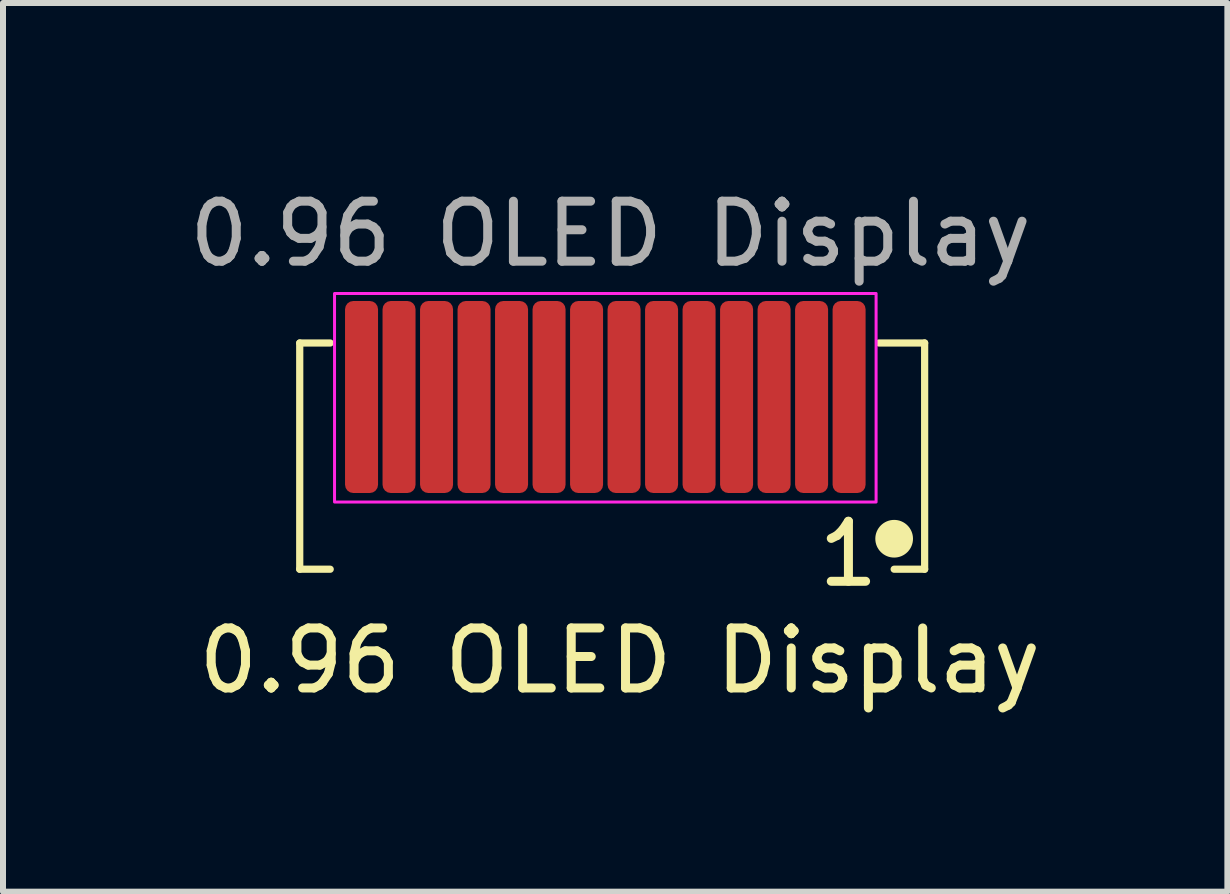
<source format=kicad_pcb>
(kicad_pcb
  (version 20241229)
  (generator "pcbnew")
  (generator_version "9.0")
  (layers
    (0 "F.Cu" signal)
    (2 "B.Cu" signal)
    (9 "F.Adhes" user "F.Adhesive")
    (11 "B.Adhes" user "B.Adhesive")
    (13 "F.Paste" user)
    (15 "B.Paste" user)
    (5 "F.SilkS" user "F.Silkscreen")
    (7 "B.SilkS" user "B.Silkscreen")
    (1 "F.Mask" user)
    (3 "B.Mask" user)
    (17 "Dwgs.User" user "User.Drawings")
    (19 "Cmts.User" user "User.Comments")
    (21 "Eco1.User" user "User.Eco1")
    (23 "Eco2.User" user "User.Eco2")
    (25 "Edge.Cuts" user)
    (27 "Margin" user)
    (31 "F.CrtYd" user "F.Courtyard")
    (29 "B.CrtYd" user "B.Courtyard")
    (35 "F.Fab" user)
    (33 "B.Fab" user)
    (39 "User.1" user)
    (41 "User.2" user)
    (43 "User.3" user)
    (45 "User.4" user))
  (footprint "0.96 OLED Display"
    (layer "F.Cu")
    (at 7.025 5.166)
    (property "Reference" "0.96 OLED Display" (at 0.254 2.794 0) (unlocked yes) (layer "F.SilkS") (effects (font (size 1 1) (thickness 0.15))))
    (attr smd)
    (fp_line (start -5.08 -2.5) (end -4.572 -2.5) (stroke (width 0.12) (type solid)) (layer "F.SilkS"))
    (fp_line (start -5.08 1.27) (end -5.08 -2.5) (stroke (width 0.12) (type solid)) (layer "F.SilkS"))
    (fp_line (start -5.08 1.27) (end -4.572 1.27) (stroke (width 0.12) (type solid)) (layer "F.SilkS"))
    (fp_line (start 4.572 -2.5) (end 5.334 -2.5) (stroke (width 0.12) (type solid)) (layer "F.SilkS"))
    (fp_line (start 5.334 1.27) (end 4.826 1.27) (stroke (width 0.12) (type solid)) (layer "F.SilkS"))
    (fp_line (start 5.334 1.27) (end 5.334 -2.5) (stroke (width 0.12) (type solid)) (layer "F.SilkS"))
    (fp_circle (center 4.826 0.762) (end 5.08 0.762) (stroke (width 0.12) (type solid)) (fill yes) (layer "F.SilkS"))
    (fp_rect (start -4.5 -3.325) (end 4.525 0.15) (stroke (width 0.05) (type solid)) (fill no) (layer "F.CrtYd"))
    (fp_text user "1" (at 4.064 1.016 0) (unlocked yes) (layer "F.SilkS") (effects (font (size 1 1) (thickness 0.15))))
    (fp_text user "${REFERENCE}" (at 0.1 -4.318 0) (unlocked yes) (layer "F.Fab") (effects (font (size 1 1) (thickness 0.15))))
    (pad "1" smd roundrect (at 4.075 -1.6) (size 0.55 3.2) (layers "F.Cu" "F.Mask" "F.Paste") (roundrect_rratio 0.25))
    (pad "2" smd roundrect (at 3.45 -1.6) (size 0.55 3.2) (layers "F.Cu" "F.Mask" "F.Paste") (roundrect_rratio 0.25))
    (pad "3" smd roundrect (at 2.825 -1.6) (size 0.55 3.2) (layers "F.Cu" "F.Mask" "F.Paste") (roundrect_rratio 0.25))
    (pad "4" smd roundrect (at 2.2 -1.6) (size 0.55 3.2) (layers "F.Cu" "F.Mask" "F.Paste") (roundrect_rratio 0.25))
    (pad "5" smd roundrect (at 1.575 -1.6) (size 0.55 3.2) (layers "F.Cu" "F.Mask" "F.Paste") (roundrect_rratio 0.25))
    (pad "6" smd roundrect (at 0.95 -1.6) (size 0.55 3.2) (layers "F.Cu" "F.Mask" "F.Paste") (roundrect_rratio 0.25))
    (pad "7" smd roundrect (at 0.325 -1.6) (size 0.55 3.2) (layers "F.Cu" "F.Mask" "F.Paste") (roundrect_rratio 0.25))
    (pad "8" smd roundrect (at -0.3 -1.6) (size 0.55 3.2) (layers "F.Cu" "F.Mask" "F.Paste") (roundrect_rratio 0.25))
    (pad "9" smd roundrect (at -0.925 -1.6) (size 0.55 3.2) (layers "F.Cu" "F.Mask" "F.Paste") (roundrect_rratio 0.25))
    (pad "10" smd roundrect (at -1.55 -1.6) (size 0.55 3.2) (layers "F.Cu" "F.Mask" "F.Paste") (roundrect_rratio 0.25))
    (pad "11" smd roundrect (at -2.175 -1.6) (size 0.55 3.2) (layers "F.Cu" "F.Mask" "F.Paste") (roundrect_rratio 0.25))
    (pad "12" smd roundrect (at -2.8 -1.6) (size 0.55 3.2) (layers "F.Cu" "F.Mask" "F.Paste") (roundrect_rratio 0.25))
    (pad "13" smd roundrect (at -3.425 -1.6) (size 0.55 3.2) (layers "F.Cu" "F.Mask" "F.Paste") (roundrect_rratio 0.25))
    (pad "14" smd roundrect (at -4.05 -1.6) (size 0.55 3.2) (layers "F.Cu" "F.Mask" "F.Paste") (roundrect_rratio 0.25)))
  (gr_rect
    (start -3 -3)
    (end 17.404 11.809)
    (stroke (width 0.1) (type default))
    (fill no)
    (layer "Edge.Cuts")))
</source>
